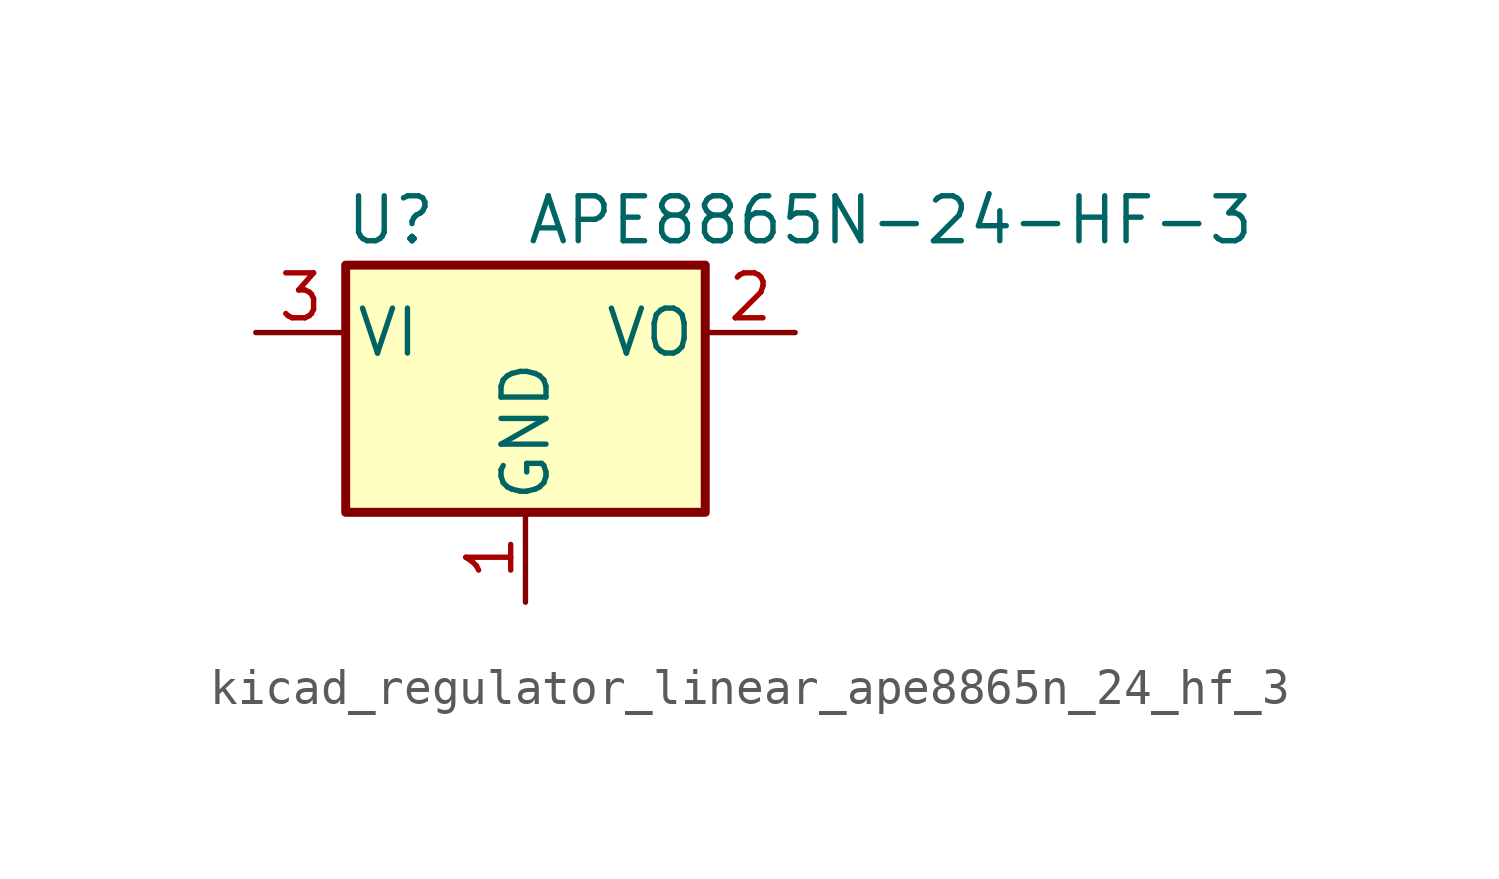
<source format=kicad_sym>
(kicad_symbol_lib
  (version 20220914)
  (generator kicad_symbol_editor)
  (symbol "kicad_regulator_linear_ape8865n_24_hf_3"
    (pin_names
      (offset 0.254))
    (property "Reference" "U"
      (at -3.81 3.175 0)
      (effects (font (size 1.27 1.27))))
    (property "Value" "APE8865N-24-HF-3"
      (at 0 3.175 0)
      (effects (font (size 1.27 1.27)) (justify left)))
    (symbol "kicad_regulator_linear_ape8865n_24_hf_3_0_1"
      (rectangle (start -5.08 1.905) (end 5.08 -5.08) (stroke (width 0.254) (type default)) (fill (type background))))
    (symbol "kicad_regulator_linear_ape8865n_24_hf_3_1_1"
      (pin power_in line (at 0 -7.62 90) (length 2.54) (name "GND" (effects (font (size 1.27 1.27)))) (number "1" (effects (font (size 1.27 1.27)))))
      (pin power_out line (at 7.62 0 180) (length 2.54) (name "VO" (effects (font (size 1.27 1.27)))) (number "2" (effects (font (size 1.27 1.27)))))
      (pin power_in line (at -7.62 0 0) (length 2.54) (name "VI" (effects (font (size 1.27 1.27)))) (number "3" (effects (font (size 1.27 1.27))))))))
</source>
